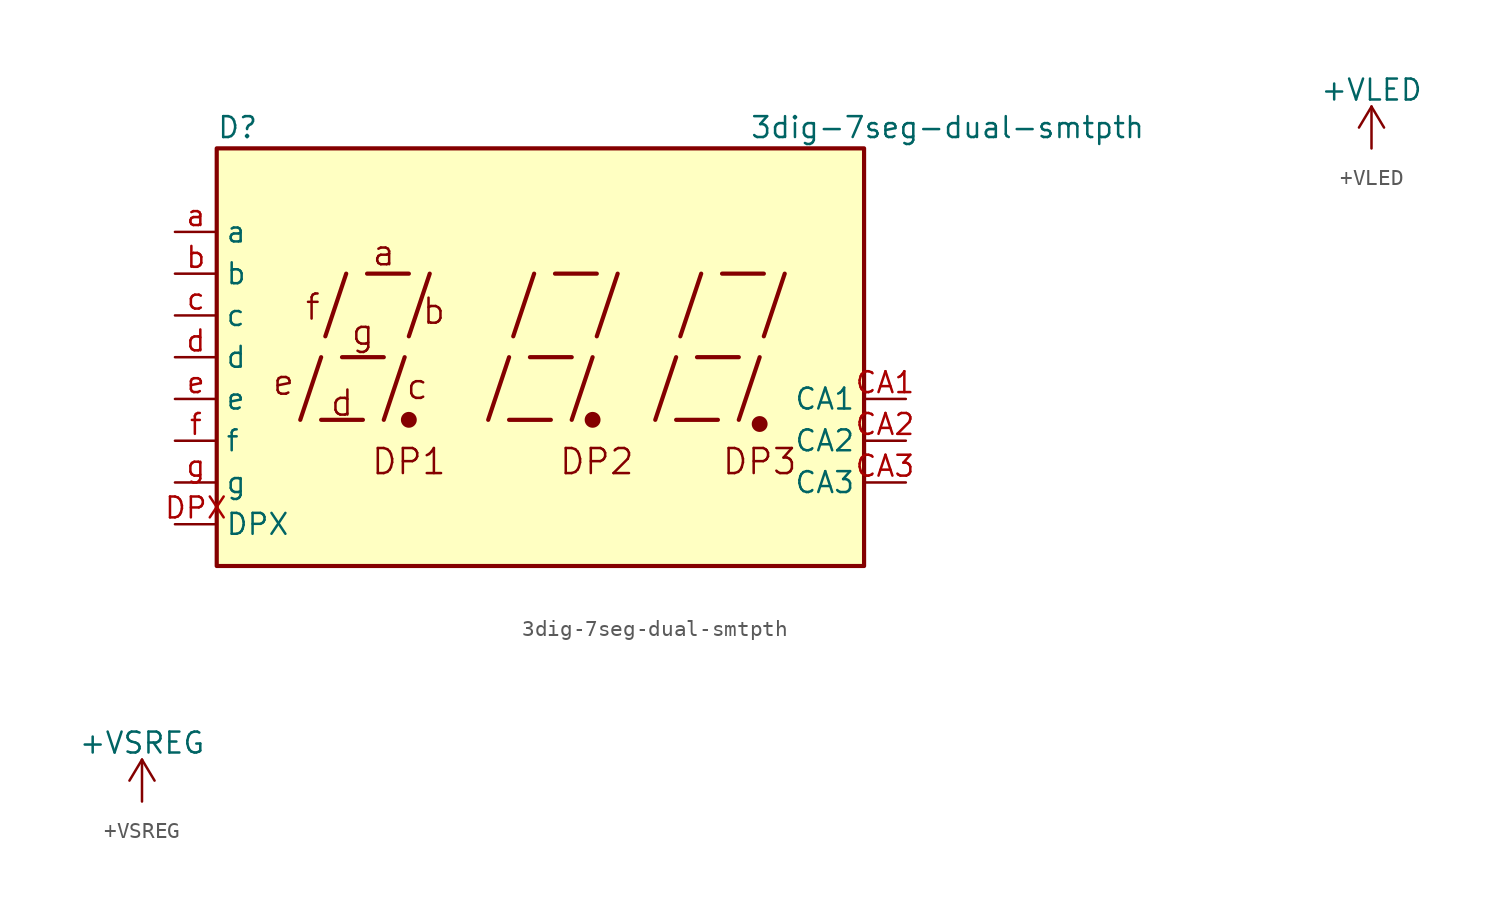
<source format=kicad_sym>
(kicad_symbol_lib
  (version 20220914)
  (generator kicad_symbol_editor)
  (symbol "3dig-7seg-dual-smtpth"
    (property "Reference" "D"
      (at -24.13 13.97 0)
      (effects (font (size 1.27 1.27))))
    (property "Value" "3dig-7seg-dual-smtpth"
      (at 19.05 13.97 0)
      (effects (font (size 1.27 1.27))))
    (symbol "3dig-7seg-dual-smtpth_0_0"
      (rectangle (start -25.4 12.7) (end 13.97 -12.7) (stroke (width 0.254) (type default)) (fill (type background)))
      (polyline (pts (xy -20.32 -3.81) (xy -19.05 0)) (stroke (width 0.254) (type default)) (fill (type none)))
      (polyline (pts (xy -19.05 -3.81) (xy -16.51 -3.81)) (stroke (width 0.254) (type default)) (fill (type none)))
      (polyline (pts (xy -18.796 1.27) (xy -17.526 5.08)) (stroke (width 0.254) (type default)) (fill (type none)))
      (polyline (pts (xy -17.78 0) (xy -15.24 0)) (stroke (width 0.254) (type default)) (fill (type none)))
      (polyline (pts (xy -16.256 5.08) (xy -13.716 5.08)) (stroke (width 0.254) (type default)) (fill (type none)))
      (polyline (pts (xy -15.24 -3.81) (xy -13.97 0)) (stroke (width 0.254) (type default)) (fill (type none)))
      (polyline (pts (xy -13.716 1.27) (xy -12.446 5.08)) (stroke (width 0.254) (type default)) (fill (type none)))
      (polyline (pts (xy -8.89 -3.81) (xy -7.62 0)) (stroke (width 0.254) (type default)) (fill (type none)))
      (polyline (pts (xy -7.62 -3.81) (xy -5.08 -3.81)) (stroke (width 0.254) (type default)) (fill (type none)))
      (polyline (pts (xy -7.366 1.27) (xy -6.096 5.08)) (stroke (width 0.254) (type default)) (fill (type none)))
      (polyline (pts (xy -6.35 0) (xy -3.81 0)) (stroke (width 0.254) (type default)) (fill (type none)))
      (polyline (pts (xy -4.826 5.08) (xy -2.286 5.08)) (stroke (width 0.254) (type default)) (fill (type none)))
      (polyline (pts (xy -3.81 -3.81) (xy -2.54 0)) (stroke (width 0.254) (type default)) (fill (type none)))
      (polyline (pts (xy -2.286 1.27) (xy -1.016 5.08)) (stroke (width 0.254) (type default)) (fill (type none)))
      (polyline (pts (xy 1.27 -3.81) (xy 2.54 0)) (stroke (width 0.254) (type default)) (fill (type none)))
      (polyline (pts (xy 2.54 -3.81) (xy 5.08 -3.81)) (stroke (width 0.254) (type default)) (fill (type none)))
      (polyline (pts (xy 2.794 1.27) (xy 4.064 5.08)) (stroke (width 0.254) (type default)) (fill (type none)))
      (polyline (pts (xy 3.81 0) (xy 6.35 0)) (stroke (width 0.254) (type default)) (fill (type none)))
      (polyline (pts (xy 5.334 5.08) (xy 7.874 5.08)) (stroke (width 0.254) (type default)) (fill (type none)))
      (polyline (pts (xy 6.35 -3.81) (xy 7.62 0)) (stroke (width 0.254) (type default)) (fill (type none)))
      (polyline (pts (xy 7.874 1.27) (xy 9.144 5.08)) (stroke (width 0.254) (type default)) (fill (type none)))
      (text "a" (at -15.24 6.35 0) (effects (font (size 1.524 1.524))))
      (text "b" (at -12.192 2.794 0) (effects (font (size 1.524 1.524))))
      (text "c" (at -13.208 -1.778 0) (effects (font (size 1.524 1.524))))
      (text "d" (at -17.78 -2.794 0) (effects (font (size 1.524 1.524))))
      (text "DP1" (at -13.716 -6.35 0) (effects (font (size 1.524 1.524))))
      (text "DP2" (at -2.286 -6.35 0) (effects (font (size 1.524 1.524))))
      (text "DP3" (at 7.62 -6.35 0) (effects (font (size 1.524 1.524))))
      (text "e" (at -21.336 -1.524 0) (effects (font (size 1.524 1.524))))
      (text "f" (at -19.558 3.048 0) (effects (font (size 1.524 1.524))))
      (text "g" (at -16.51 1.524 0) (effects (font (size 1.524 1.524)))))
    (symbol "3dig-7seg-dual-smtpth_0_1"
      (circle (center -13.716 -3.81) (radius 0.356) (stroke (width 0.254) (type default)) (fill (type outline)))
      (circle (center -2.54 -3.81) (radius 0.356) (stroke (width 0.254) (type default)) (fill (type outline))))
    (symbol "3dig-7seg-dual-smtpth_1_0"
      (circle (center 7.62 -4.064) (radius 0.356) (stroke (width 0.254) (type default)) (fill (type outline))))
    (symbol "3dig-7seg-dual-smtpth_1_1"
      (pin input line (at 16.51 -2.54 180) (length 2.54) (name "CA1" (effects (font (size 1.27 1.27)))) (number "CA1" (effects (font (size 1.27 1.27)))))
      (pin input line (at 16.51 -5.08 180) (length 2.54) (name "CA2" (effects (font (size 1.27 1.27)))) (number "CA2" (effects (font (size 1.27 1.27)))))
      (pin input line (at 16.51 -7.62 180) (length 2.54) (name "CA3" (effects (font (size 1.27 1.27)))) (number "CA3" (effects (font (size 1.27 1.27)))))
      (pin input line (at -27.94 -10.16 0) (length 2.54) (name "DPX" (effects (font (size 1.27 1.27)))) (number "DPX" (effects (font (size 1.27 1.27)))))
      (pin input line (at -27.94 7.62 0) (length 2.54) (name "a" (effects (font (size 1.27 1.27)))) (number "a" (effects (font (size 1.27 1.27)))))
      (pin input line (at -27.94 5.08 0) (length 2.54) (name "b" (effects (font (size 1.27 1.27)))) (number "b" (effects (font (size 1.27 1.27)))))
      (pin input line (at -27.94 2.54 0) (length 2.54) (name "c" (effects (font (size 1.27 1.27)))) (number "c" (effects (font (size 1.27 1.27)))))
      (pin input line (at -27.94 0 0) (length 2.54) (name "d" (effects (font (size 1.27 1.27)))) (number "d" (effects (font (size 1.27 1.27)))))
      (pin input line (at -27.94 -2.54 0) (length 2.54) (name "e" (effects (font (size 1.27 1.27)))) (number "e" (effects (font (size 1.27 1.27)))))
      (pin input line (at -27.94 -5.08 0) (length 2.54) (name "f" (effects (font (size 1.27 1.27)))) (number "f" (effects (font (size 1.27 1.27)))))
      (pin input line (at -27.94 -7.62 0) (length 2.54) (name "g" (effects (font (size 1.27 1.27)))) (number "g" (effects (font (size 1.27 1.27)))))))
  (symbol "+VLED"
    (power)
    (pin_names
      (offset 0))
    (property "Reference" "#PWR"
      (at 0 -3.81 0)
      (effects (font (size 1.27 1.27)) hide))
    (property "Value" "+VLED"
      (at 0 3.556 0)
      (effects (font (size 1.27 1.27))))
    (symbol "+VLED_0_1"
      (polyline (pts (xy -0.762 1.27) (xy 0 2.54)) (stroke (width 0) (type default)) (fill (type none)))
      (polyline (pts (xy 0 0) (xy 0 2.54)) (stroke (width 0) (type default)) (fill (type none)))
      (polyline (pts (xy 0 2.54) (xy 0.762 1.27)) (stroke (width 0) (type default)) (fill (type none))))
    (symbol "+VLED_1_1"
      (pin power_in line (at 0 0 90) (length 0) hide (name "+VLED" (effects (font (size 1.27 1.27)))) (number "1" (effects (font (size 1.27 1.27)))))))
  (symbol "+VSREG"
    (power)
    (pin_names
      (offset 0))
    (property "Reference" "#PWR"
      (at 0 -3.81 0)
      (effects (font (size 1.27 1.27)) hide))
    (property "Value" "+VSREG"
      (at 0 3.556 0)
      (effects (font (size 1.27 1.27))))
    (symbol "+VSREG_0_1"
      (polyline (pts (xy -0.762 1.27) (xy 0 2.54)) (stroke (width 0) (type default)) (fill (type none)))
      (polyline (pts (xy 0 0) (xy 0 2.54)) (stroke (width 0) (type default)) (fill (type none)))
      (polyline (pts (xy 0 2.54) (xy 0.762 1.27)) (stroke (width 0) (type default)) (fill (type none))))
    (symbol "+VSREG_1_1"
      (pin power_in line (at 0 0 90) (length 0) hide (name "+VSREG" (effects (font (size 1.27 1.27)))) (number "1" (effects (font (size 1.27 1.27))))))))
</source>
